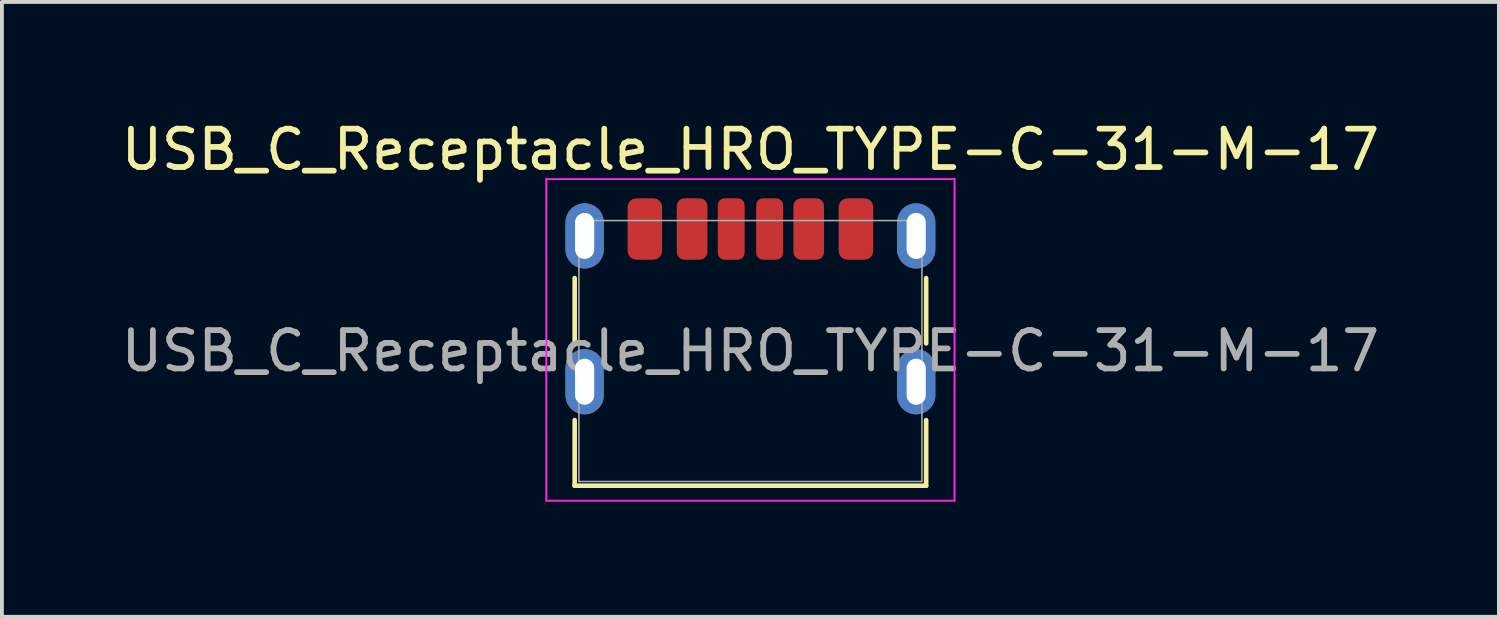
<source format=kicad_pcb>
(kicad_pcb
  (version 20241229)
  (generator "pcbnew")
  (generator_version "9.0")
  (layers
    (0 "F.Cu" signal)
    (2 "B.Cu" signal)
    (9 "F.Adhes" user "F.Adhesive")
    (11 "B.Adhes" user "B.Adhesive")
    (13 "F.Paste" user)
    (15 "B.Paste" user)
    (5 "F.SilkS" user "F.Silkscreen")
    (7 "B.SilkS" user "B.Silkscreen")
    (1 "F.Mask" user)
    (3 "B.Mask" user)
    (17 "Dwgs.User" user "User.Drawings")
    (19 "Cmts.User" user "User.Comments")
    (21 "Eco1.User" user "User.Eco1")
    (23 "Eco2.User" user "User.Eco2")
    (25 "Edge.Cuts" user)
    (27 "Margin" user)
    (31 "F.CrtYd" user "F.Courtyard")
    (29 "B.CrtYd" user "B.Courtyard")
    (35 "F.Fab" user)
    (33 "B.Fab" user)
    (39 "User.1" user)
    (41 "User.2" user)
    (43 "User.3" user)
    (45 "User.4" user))
  (footprint "USB_C_Receptacle_HRO_TYPE-C-31-M-17"
    (layer "F.Cu")
    (at 16.506 6.098)
    (property "Reference" "USB_C_Receptacle_HRO_TYPE-C-31-M-17" (at 0 -5.25 0) (layer "F.SilkS") (effects (font (size 1 1) (thickness 0.15))))
    (attr smd)
    (fp_line (start -4.58 -1.9) (end -4.58 -0.2) (stroke (width 0.12) (type solid)) (layer "F.SilkS"))
    (fp_line (start -4.58 1.8) (end -4.58 3.51) (stroke (width 0.12) (type solid)) (layer "F.SilkS"))
    (fp_line (start -4.58 3.51) (end 4.58 3.51) (stroke (width 0.12) (type solid)) (layer "F.SilkS"))
    (fp_line (start 4.58 -1.9) (end 4.58 -0.2) (stroke (width 0.12) (type solid)) (layer "F.SilkS"))
    (fp_line (start 4.58 1.8) (end 4.58 3.51) (stroke (width 0.12) (type solid)) (layer "F.SilkS"))
    (fp_line (start -5.32 -4.48) (end -5.32 3.9) (stroke (width 0.05) (type solid)) (layer "F.CrtYd"))
    (fp_line (start -5.32 -4.48) (end 5.32 -4.48) (stroke (width 0.05) (type solid)) (layer "F.CrtYd"))
    (fp_line (start -5.32 3.9) (end 5.32 3.9) (stroke (width 0.05) (type solid)) (layer "F.CrtYd"))
    (fp_line (start 5.32 -4.48) (end 5.32 3.9) (stroke (width 0.05) (type solid)) (layer "F.CrtYd"))
    (fp_line (start -4.47 -3.4) (end -4.47 3.4) (stroke (width 0.04) (type solid)) (layer "F.Fab"))
    (fp_line (start -4.47 -3.4) (end 4.47 -3.4) (stroke (width 0.04) (type solid)) (layer "F.Fab"))
    (fp_line (start -4.47 3.4) (end 4.47 3.4) (stroke (width 0.04) (type solid)) (layer "F.Fab"))
    (fp_line (start 4.47 -3.4) (end 4.47 3.4) (stroke (width 0.04) (type solid)) (layer "F.Fab"))
    (fp_text user "${REFERENCE}" (at 0 0 0) (layer "F.Fab") (effects (font (size 1 1) (thickness 0.15))))
    (pad "A5" smd roundrect (at -0.5 -3.18) (size 0.7 1.6) (layers "F.Cu" "F.Mask" "F.Paste") (roundrect_rratio 0.25))
    (pad "A9" smd roundrect (at 1.52 -3.18) (size 0.8 1.6) (layers "F.Cu" "F.Mask" "F.Paste") (roundrect_rratio 0.25))
    (pad "A12" smd roundrect (at 2.75 -3.18) (size 0.9 1.6) (layers "F.Cu" "F.Mask" "F.Paste") (roundrect_rratio 0.25))
    (pad "B5" smd roundrect (at 0.5 -3.18) (size 0.7 1.6) (layers "F.Cu" "F.Mask" "F.Paste") (roundrect_rratio 0.25))
    (pad "B9" smd roundrect (at -1.52 -3.18) (size 0.8 1.6) (layers "F.Cu" "F.Mask" "F.Paste") (roundrect_rratio 0.25))
    (pad "B12" smd roundrect (at -2.75 -3.18) (size 0.9 1.6) (layers "F.Cu" "F.Mask" "F.Paste") (roundrect_rratio 0.25))
    (pad "S1" thru_hole oval (at -4.32 -3) (size 1 1.7) (drill oval 0.5 1.2) (property pad_prop_heatsink) (layers "*.Cu" "*.Mask"))
    (pad "S1" thru_hole oval (at -4.32 0.8) (size 1 1.7) (drill oval 0.5 1.2) (property pad_prop_heatsink) (layers "*.Cu" "*.Mask"))
    (pad "S1" thru_hole oval (at 4.32 -3) (size 1 1.7) (drill oval 0.5 1.2) (property pad_prop_heatsink) (layers "*.Cu" "*.Mask"))
    (pad "S1" thru_hole oval (at 4.32 0.8) (size 1 1.7) (drill oval 0.5 1.2) (property pad_prop_heatsink) (layers "*.Cu" "*.Mask")))
  (gr_rect
    (start -3 -3)
    (end 36.012 13.023)
    (stroke (width 0.1) (type default))
    (fill no)
    (layer "Edge.Cuts")))
</source>
